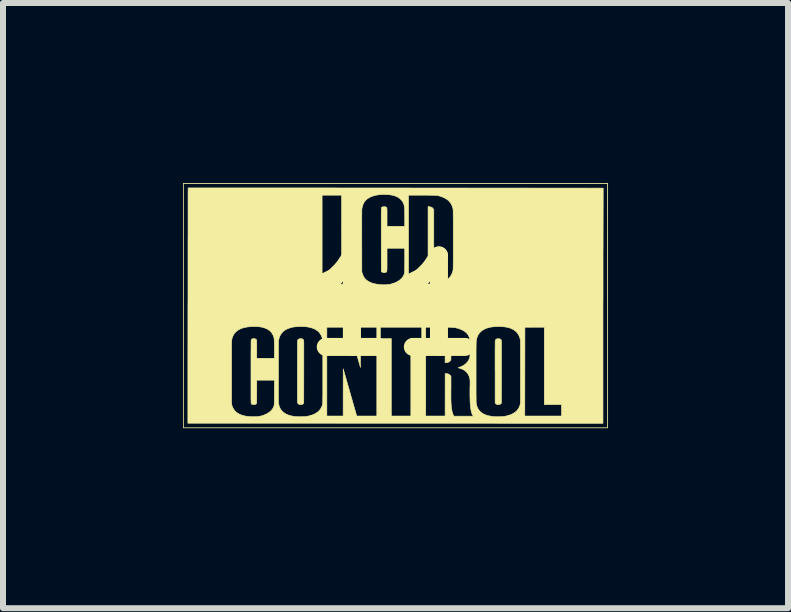
<source format=kicad_pcb>
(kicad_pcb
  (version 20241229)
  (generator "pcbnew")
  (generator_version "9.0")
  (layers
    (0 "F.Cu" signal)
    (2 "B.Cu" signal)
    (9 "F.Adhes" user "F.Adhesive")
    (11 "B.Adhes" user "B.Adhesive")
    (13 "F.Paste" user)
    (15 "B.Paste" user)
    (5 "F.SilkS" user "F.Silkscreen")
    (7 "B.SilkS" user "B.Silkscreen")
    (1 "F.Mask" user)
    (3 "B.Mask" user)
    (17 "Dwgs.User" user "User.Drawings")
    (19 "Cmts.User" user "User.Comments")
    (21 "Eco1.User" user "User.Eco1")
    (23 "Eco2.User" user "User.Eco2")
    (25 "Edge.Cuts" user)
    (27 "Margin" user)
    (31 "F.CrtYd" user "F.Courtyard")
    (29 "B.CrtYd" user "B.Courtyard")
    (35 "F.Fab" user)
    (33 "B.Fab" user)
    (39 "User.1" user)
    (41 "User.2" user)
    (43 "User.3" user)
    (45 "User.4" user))
  (footprint "11"
    (layer "F.Cu")
    (at 3.54 2.042)
    (property "Reference" "11" (at 0 0 0) (layer "F.SilkS") (effects (font (size 1.524 1.524) (thickness 0.3))))
    (attr through_hole)
    (fp_poly (pts (xy 3.538 2.039) (xy -3.535 2.039) (xy -3.535 -2.034) (xy -3.533 -2.034) (xy -3.533 2.037) (xy 3.535 2.037) (xy 3.535 -2.034) (xy -3.533 -2.034) (xy -3.535 -2.034) (xy -3.535 -2.037) (xy 3.538 -2.037) (xy 3.538 2.039)) (stroke (width 0.01) (type solid)) (fill yes) (layer "F.SilkS"))
    (fp_poly (pts (xy 0.561 -1.647) (xy 0.584 -1.644) (xy 0.603 -1.637) (xy 0.618 -1.627) (xy 0.629 -1.614) (xy 0.631 -1.61) (xy 0.639 -1.596) (xy 0.639 -1.105) (xy 0.639 -1.045) (xy 0.64 -0.99) (xy 0.64 -0.94) (xy 0.64 -0.894) (xy 0.64 -0.852) (xy 0.64 -0.814) (xy 0.64 -0.78) (xy 0.64 -0.75) (xy 0.64 -0.723) (xy 0.639 -0.7) (xy 0.639 -0.679) (xy 0.639 -0.661) (xy 0.638 -0.645) (xy 0.638 -0.632) (xy 0.637 -0.621) (xy 0.637 -0.612) (xy 0.636 -0.604) (xy 0.635 -0.598) (xy 0.634 -0.593) (xy 0.633 -0.59) (xy 0.632 -0.587) (xy 0.63 -0.584) (xy 0.629 -0.582) (xy 0.627 -0.581) (xy 0.626 -0.579) (xy 0.624 -0.577) (xy 0.623 -0.576) (xy 0.615 -0.569) (xy 0.607 -0.563) (xy 0.604 -0.561) (xy 0.594 -0.557) (xy 0.582 -0.554) (xy 0.569 -0.551) (xy 0.557 -0.549) (xy 0.552 -0.549) (xy 0.544 -0.549) (xy 0.544 -1.649) (xy 0.561 -1.647)) (stroke (width 0.01) (type solid)) (fill yes) (layer "F.SilkS"))
    (fp_poly (pts (xy 0.846 0.552) (xy 0.857 0.554) (xy 0.868 0.556) (xy 0.879 0.559) (xy 0.887 0.562) (xy 0.888 0.562) (xy 0.903 0.572) (xy 0.915 0.584) (xy 0.921 0.594) (xy 0.922 0.596) (xy 0.923 0.599) (xy 0.924 0.603) (xy 0.924 0.608) (xy 0.925 0.614) (xy 0.925 0.623) (xy 0.925 0.635) (xy 0.925 0.649) (xy 0.926 0.667) (xy 0.926 0.688) (xy 0.926 0.714) (xy 0.926 0.744) (xy 0.926 0.753) (xy 0.926 0.784) (xy 0.926 0.811) (xy 0.926 0.833) (xy 0.926 0.852) (xy 0.925 0.867) (xy 0.925 0.879) (xy 0.925 0.888) (xy 0.925 0.896) (xy 0.924 0.901) (xy 0.923 0.905) (xy 0.923 0.908) (xy 0.922 0.91) (xy 0.92 0.913) (xy 0.92 0.913) (xy 0.91 0.927) (xy 0.896 0.938) (xy 0.878 0.946) (xy 0.856 0.951) (xy 0.848 0.952) (xy 0.828 0.953) (xy 0.828 0.753) (xy 0.828 0.716) (xy 0.828 0.684) (xy 0.828 0.656) (xy 0.828 0.632) (xy 0.828 0.612) (xy 0.829 0.595) (xy 0.829 0.582) (xy 0.829 0.571) (xy 0.829 0.564) (xy 0.83 0.558) (xy 0.83 0.555) (xy 0.831 0.553) (xy 0.832 0.552) (xy 0.837 0.552) (xy 0.846 0.552)) (stroke (width 0.01) (type solid)) (fill yes) (layer "F.SilkS"))
    (fp_poly (pts (xy 1.716 0.553) (xy 1.733 0.554) (xy 1.746 0.558) (xy 1.756 0.565) (xy 1.763 0.574) (xy 1.763 0.575) (xy 1.764 0.577) (xy 1.764 0.578) (xy 1.765 0.58) (xy 1.765 0.583) (xy 1.765 0.587) (xy 1.766 0.593) (xy 1.766 0.599) (xy 1.766 0.607) (xy 1.767 0.617) (xy 1.767 0.629) (xy 1.767 0.643) (xy 1.767 0.66) (xy 1.767 0.679) (xy 1.767 0.702) (xy 1.767 0.727) (xy 1.767 0.755) (xy 1.767 0.787) (xy 1.767 0.823) (xy 1.767 0.862) (xy 1.767 0.906) (xy 1.767 0.954) (xy 1.767 1.006) (xy 1.767 1.063) (xy 1.767 1.105) (xy 1.766 1.625) (xy 1.761 1.632) (xy 1.753 1.64) (xy 1.744 1.646) (xy 1.732 1.649) (xy 1.718 1.65) (xy 1.708 1.65) (xy 1.7 1.65) (xy 1.695 1.649) (xy 1.694 1.649) (xy 1.683 1.644) (xy 1.675 1.639) (xy 1.669 1.633) (xy 1.668 1.631) (xy 1.662 1.622) (xy 1.662 1.114) (xy 1.661 1.063) (xy 1.661 1.014) (xy 1.661 0.966) (xy 1.661 0.92) (xy 1.661 0.876) (xy 1.661 0.834) (xy 1.661 0.794) (xy 1.661 0.758) (xy 1.661 0.724) (xy 1.662 0.694) (xy 1.662 0.667) (xy 1.662 0.644) (xy 1.662 0.625) (xy 1.662 0.61) (xy 1.662 0.599) (xy 1.662 0.593) (xy 1.662 0.593) (xy 1.666 0.578) (xy 1.673 0.566) (xy 1.683 0.559) (xy 1.697 0.554) (xy 1.716 0.553) (xy 1.716 0.553)) (stroke (width 0.01) (type solid)) (fill yes) (layer "F.SilkS"))
    (fp_poly (pts (xy -1.563 0.553) (xy -1.549 0.558) (xy -1.538 0.566) (xy -1.531 0.575) (xy -1.531 0.577) (xy -1.53 0.578) (xy -1.53 0.58) (xy -1.529 0.582) (xy -1.529 0.585) (xy -1.529 0.589) (xy -1.528 0.595) (xy -1.528 0.601) (xy -1.528 0.61) (xy -1.527 0.62) (xy -1.527 0.632) (xy -1.527 0.646) (xy -1.527 0.663) (xy -1.527 0.683) (xy -1.527 0.705) (xy -1.527 0.73) (xy -1.527 0.759) (xy -1.527 0.791) (xy -1.527 0.827) (xy -1.527 0.867) (xy -1.527 0.911) (xy -1.527 0.959) (xy -1.527 1.012) (xy -1.527 1.069) (xy -1.527 1.105) (xy -1.528 1.625) (xy -1.533 1.632) (xy -1.541 1.64) (xy -1.55 1.646) (xy -1.562 1.649) (xy -1.576 1.65) (xy -1.586 1.65) (xy -1.596 1.65) (xy -1.602 1.649) (xy -1.603 1.648) (xy -1.616 1.642) (xy -1.625 1.632) (xy -1.629 1.625) (xy -1.629 1.624) (xy -1.63 1.622) (xy -1.63 1.619) (xy -1.631 1.614) (xy -1.631 1.609) (xy -1.631 1.602) (xy -1.632 1.593) (xy -1.632 1.583) (xy -1.632 1.57) (xy -1.632 1.555) (xy -1.632 1.537) (xy -1.633 1.517) (xy -1.633 1.494) (xy -1.633 1.467) (xy -1.633 1.437) (xy -1.633 1.404) (xy -1.633 1.367) (xy -1.633 1.325) (xy -1.633 1.28) (xy -1.633 1.23) (xy -1.633 1.176) (xy -1.633 1.116) (xy -1.633 1.103) (xy -1.633 1.033) (xy -1.633 0.968) (xy -1.633 0.909) (xy -1.633 0.854) (xy -1.633 0.804) (xy -1.633 0.759) (xy -1.632 0.719) (xy -1.632 0.685) (xy -1.632 0.655) (xy -1.632 0.63) (xy -1.631 0.61) (xy -1.631 0.596) (xy -1.631 0.586) (xy -1.63 0.581) (xy -1.63 0.581) (xy -1.625 0.57) (xy -1.615 0.561) (xy -1.602 0.555) (xy -1.596 0.554) (xy -1.579 0.552) (xy -1.563 0.553)) (stroke (width 0.01) (type solid)) (fill yes) (layer "F.SilkS"))
    (fp_poly (pts (xy -3.168 -1.96) (xy -3.116 -1.96) (xy -3.06 -1.96) (xy -2.999 -1.96) (xy -2.935 -1.96) (xy -2.868 -1.96) (xy -2.796 -1.96) (xy -2.722 -1.96) (xy -2.643 -1.96) (xy -2.562 -1.96) (xy -2.477 -1.96) (xy -2.389 -1.96) (xy -2.298 -1.96) (xy -2.204 -1.96) (xy -2.107 -1.96) (xy -2.008 -1.96) (xy -1.906 -1.96) (xy -1.801 -1.96) (xy -1.693 -1.96) (xy -1.584 -1.96) (xy -1.472 -1.96) (xy -1.357 -1.96) (xy -1.241 -1.96) (xy -1.122 -1.96) (xy -1.002 -1.96) (xy -0.88 -1.959) (xy -0.756 -1.959) (xy -0.63 -1.959) (xy -0.503 -1.959) (xy -0.374 -1.959) (xy -0.244 -1.959) (xy -0.112 -1.959) (xy 0.004 -1.959) (xy 3.463 -1.957) (xy 3.461 -1.115) (xy 3.461 -1.05) (xy 3.461 -0.981) (xy 3.46 -0.907) (xy 3.46 -0.829) (xy 3.46 -0.747) (xy 3.46 -0.663) (xy 3.46 -0.575) (xy 3.46 -0.485) (xy 3.46 -0.393) (xy 3.46 -0.299) (xy 3.46 -0.204) (xy 3.46 -0.108) (xy 3.459 -0.011) (xy 3.459 0.086) (xy 3.459 0.182) (xy 3.459 0.279) (xy 3.459 0.374) (xy 3.459 0.468) (xy 3.459 0.561) (xy 3.459 0.651) (xy 3.459 0.739) (xy 3.459 0.824) (xy 3.459 1.963) (xy 1.937 1.963) (xy 1.849 1.963) (xy 1.755 1.963) (xy 1.657 1.962) (xy 1.555 1.962) (xy 1.449 1.962) (xy 1.34 1.962) (xy 1.227 1.962) (xy 1.111 1.962) (xy 0.992 1.962) (xy 0.871 1.962) (xy 0.747 1.962) (xy 0.622 1.962) (xy 0.496 1.962) (xy 0.368 1.962) (xy 0.239 1.962) (xy 0.109 1.962) (xy -0.021 1.962) (xy -0.151 1.962) (xy -0.281 1.962) (xy -0.411 1.962) (xy -0.539 1.962) (xy -0.667 1.962) (xy -0.793 1.962) (xy -0.918 1.962) (xy -1.04 1.961) (xy -1.16 1.961) (xy -1.278 1.961) (xy -1.393 1.961) (xy -1.505 1.961) (xy -1.522 1.961) (xy -3.459 1.961) (xy -3.459 1.112) (xy -2.731 1.112) (xy -2.731 1.637) (xy -2.725 1.662) (xy -2.714 1.694) (xy -2.699 1.722) (xy -2.681 1.748) (xy -2.659 1.771) (xy -2.633 1.791) (xy -2.603 1.808) (xy -2.569 1.823) (xy -2.531 1.835) (xy -2.489 1.844) (xy -2.442 1.85) (xy -2.431 1.851) (xy -2.418 1.852) (xy -2.401 1.853) (xy -2.382 1.853) (xy -2.362 1.853) (xy -2.342 1.853) (xy -2.322 1.852) (xy -2.303 1.851) (xy -2.288 1.85) (xy -2.276 1.848) (xy -2.273 1.848) (xy -2.233 1.839) (xy -2.195 1.827) (xy -2.16 1.812) (xy -2.128 1.795) (xy -2.1 1.776) (xy -2.075 1.755) (xy -2.055 1.732) (xy -2.039 1.708) (xy -2.035 1.699) (xy -2.032 1.693) (xy -2.029 1.687) (xy -2.027 1.682) (xy -2.025 1.677) (xy -2.023 1.671) (xy -2.022 1.665) (xy -2.021 1.657) (xy -2.02 1.648) (xy -2.019 1.637) (xy -2.019 1.623) (xy -2.018 1.608) (xy -2.018 1.589) (xy -2.018 1.566) (xy -2.018 1.54) (xy -2.017 1.51) (xy -2.017 1.476) (xy -2.017 1.448) (xy -2.017 1.329) (xy -1.95 1.329) (xy -1.95 1.376) (xy -1.95 1.418) (xy -1.95 1.456) (xy -1.95 1.49) (xy -1.95 1.52) (xy -1.95 1.546) (xy -1.949 1.568) (xy -1.949 1.586) (xy -1.949 1.601) (xy -1.949 1.612) (xy -1.948 1.62) (xy -1.948 1.624) (xy -1.942 1.659) (xy -1.932 1.692) (xy -1.918 1.721) (xy -1.899 1.747) (xy -1.877 1.771) (xy -1.851 1.791) (xy -1.821 1.809) (xy -1.786 1.824) (xy -1.748 1.836) (xy -1.705 1.845) (xy -1.658 1.851) (xy -1.654 1.851) (xy -1.641 1.852) (xy -1.624 1.853) (xy -1.605 1.853) (xy -1.584 1.853) (xy -1.562 1.853) (xy -1.541 1.852) (xy -1.52 1.851) (xy -1.503 1.85) (xy -1.489 1.849) (xy -1.482 1.848) (xy -1.437 1.839) (xy -1.395 1.827) (xy -1.358 1.812) (xy -1.325 1.794) (xy -1.295 1.774) (xy -1.27 1.751) (xy -1.249 1.725) (xy -1.233 1.697) (xy -1.227 1.682) (xy -1.225 1.678) (xy -1.223 1.674) (xy -1.221 1.67) (xy -1.22 1.667) (xy -1.219 1.663) (xy -1.217 1.659) (xy -1.216 1.654) (xy -1.215 1.648) (xy -1.214 1.642) (xy -1.214 1.634) (xy -1.213 1.625) (xy -1.212 1.614) (xy -1.212 1.602) (xy -1.212 1.587) (xy -1.211 1.57) (xy -1.211 1.551) (xy -1.211 1.529) (xy -1.211 1.503) (xy -1.21 1.475) (xy -1.21 1.444) (xy -1.21 1.409) (xy -1.21 1.37) (xy -1.21 1.327) (xy -1.21 1.28) (xy -1.21 1.228) (xy -1.21 1.172) (xy -1.21 1.111) (xy -1.21 1.106) (xy -1.21 1.045) (xy -1.21 0.99) (xy -1.21 0.939) (xy -1.21 0.892) (xy -1.21 0.849) (xy -1.21 0.811) (xy -1.21 0.776) (xy -1.21 0.745) (xy -1.211 0.718) (xy -1.211 0.693) (xy -1.211 0.672) (xy -1.211 0.653) (xy -1.211 0.636) (xy -1.211 0.623) (xy -1.211 0.611) (xy -1.212 0.601) (xy -1.212 0.592) (xy -1.212 0.585) (xy -1.213 0.58) (xy -1.213 0.575) (xy -1.214 0.572) (xy -1.214 0.568) (xy -1.215 0.566) (xy -1.215 0.564) (xy -1.224 0.529) (xy -1.237 0.498) (xy -1.254 0.47) (xy -1.273 0.445) (xy -1.297 0.423) (xy -1.324 0.404) (xy -1.355 0.388) (xy -1.391 0.374) (xy -1.424 0.365) (xy -1.443 0.361) (xy -1.143 0.361) (xy -1.143 1.841) (xy -0.871 1.841) (xy -0.871 1.448) (xy -0.87 1.056) (xy -0.761 1.436) (xy -0.749 1.479) (xy -0.737 1.521) (xy -0.725 1.561) (xy -0.714 1.6) (xy -0.704 1.636) (xy -0.694 1.67) (xy -0.685 1.702) (xy -0.677 1.731) (xy -0.669 1.756) (xy -0.663 1.779) (xy -0.658 1.797) (xy -0.653 1.812) (xy -0.65 1.822) (xy -0.649 1.828) (xy -0.648 1.829) (xy -0.645 1.841) (xy -0.31 1.841) (xy -0.31 0.361) (xy -0.251 0.361) (xy -0.251 0.551) (xy -0.069 0.551) (xy -0.069 1.841) (xy 0.257 1.841) (xy 0.505 1.841) (xy 0.828 1.841) (xy 0.829 1.134) (xy 0.846 1.135) (xy 0.868 1.137) (xy 0.887 1.144) (xy 0.903 1.153) (xy 0.915 1.165) (xy 0.919 1.17) (xy 0.926 1.182) (xy 0.926 1.291) (xy 0.926 1.319) (xy 0.926 1.35) (xy 0.926 1.382) (xy 0.925 1.414) (xy 0.925 1.444) (xy 0.925 1.472) (xy 0.925 1.493) (xy 0.925 1.549) (xy 0.926 1.6) (xy 0.929 1.647) (xy 0.932 1.689) (xy 0.937 1.726) (xy 0.943 1.758) (xy 0.95 1.787) (xy 0.958 1.81) (xy 0.967 1.83) (xy 0.968 1.831) (xy 0.975 1.844) (xy 1.301 1.844) (xy 1.295 1.837) (xy 1.286 1.825) (xy 1.279 1.811) (xy 1.272 1.793) (xy 1.266 1.771) (xy 1.261 1.749) (xy 1.256 1.722) (xy 1.252 1.693) (xy 1.249 1.661) (xy 1.246 1.625) (xy 1.244 1.587) (xy 1.243 1.544) (xy 1.242 1.498) (xy 1.242 1.447) (xy 1.242 1.392) (xy 1.243 1.346) (xy 1.244 1.318) (xy 1.244 1.294) (xy 1.244 1.275) (xy 1.244 1.26) (xy 1.243 1.247) (xy 1.243 1.238) (xy 1.242 1.233) (xy 1.235 1.199) (xy 1.223 1.167) (xy 1.208 1.139) (xy 1.189 1.114) (xy 1.166 1.092) (xy 1.344 1.092) (xy 1.344 1.137) (xy 1.344 1.182) (xy 1.344 1.226) (xy 1.344 1.269) (xy 1.344 1.311) (xy 1.344 1.352) (xy 1.344 1.392) (xy 1.344 1.429) (xy 1.344 1.463) (xy 1.344 1.496) (xy 1.345 1.525) (xy 1.345 1.551) (xy 1.345 1.573) (xy 1.345 1.592) (xy 1.346 1.606) (xy 1.346 1.616) (xy 1.346 1.62) (xy 1.352 1.656) (xy 1.362 1.689) (xy 1.376 1.719) (xy 1.393 1.745) (xy 1.415 1.769) (xy 1.441 1.79) (xy 1.471 1.808) (xy 1.505 1.823) (xy 1.543 1.835) (xy 1.586 1.844) (xy 1.632 1.851) (xy 1.639 1.851) (xy 1.652 1.852) (xy 1.669 1.853) (xy 1.689 1.853) (xy 1.71 1.853) (xy 1.732 1.853) (xy 1.754 1.852) (xy 1.774 1.851) (xy 1.792 1.85) (xy 1.806 1.849) (xy 1.812 1.848) (xy 1.845 1.841) (xy 2.156 1.841) (xy 2.768 1.841) (xy 2.768 1.651) (xy 2.481 1.651) (xy 2.481 0.361) (xy 2.158 0.362) (xy 2.156 1.841) (xy 1.845 1.841) (xy 1.858 1.839) (xy 1.899 1.827) (xy 1.937 1.812) (xy 1.97 1.794) (xy 2 1.774) (xy 2.025 1.751) (xy 2.045 1.725) (xy 2.062 1.696) (xy 2.075 1.664) (xy 2.078 1.652) (xy 2.084 1.629) (xy 2.084 0.58) (xy 2.078 0.557) (xy 2.07 0.527) (xy 2.059 0.501) (xy 2.046 0.478) (xy 2.03 0.456) (xy 2.016 0.44) (xy 1.993 0.42) (xy 1.967 0.402) (xy 1.94 0.388) (xy 1.909 0.375) (xy 1.875 0.366) (xy 1.838 0.358) (xy 1.796 0.353) (xy 1.762 0.351) (xy 1.727 0.35) (xy 1.69 0.35) (xy 1.655 0.352) (xy 1.621 0.355) (xy 1.598 0.358) (xy 1.555 0.367) (xy 1.516 0.379) (xy 1.481 0.395) (xy 1.45 0.413) (xy 1.423 0.434) (xy 1.4 0.458) (xy 1.381 0.486) (xy 1.366 0.516) (xy 1.355 0.55) (xy 1.348 0.587) (xy 1.346 0.601) (xy 1.346 0.607) (xy 1.346 0.618) (xy 1.345 0.633) (xy 1.345 0.652) (xy 1.345 0.675) (xy 1.345 0.701) (xy 1.344 0.731) (xy 1.344 0.764) (xy 1.344 0.799) (xy 1.344 0.836) (xy 1.344 0.876) (xy 1.344 0.917) (xy 1.344 0.96) (xy 1.344 1.003) (xy 1.344 1.047) (xy 1.344 1.092) (xy 1.166 1.092) (xy 1.166 1.092) (xy 1.139 1.073) (xy 1.107 1.057) (xy 1.072 1.045) (xy 1.067 1.043) (xy 1.046 1.037) (xy 1.059 1.032) (xy 1.096 1.018) (xy 1.129 1.001) (xy 1.158 0.982) (xy 1.183 0.96) (xy 1.204 0.936) (xy 1.221 0.909) (xy 1.233 0.882) (xy 1.235 0.874) (xy 1.238 0.866) (xy 1.239 0.859) (xy 1.241 0.85) (xy 1.242 0.841) (xy 1.243 0.829) (xy 1.244 0.816) (xy 1.244 0.8) (xy 1.244 0.781) (xy 1.244 0.759) (xy 1.244 0.732) (xy 1.244 0.701) (xy 1.244 0.698) (xy 1.244 0.67) (xy 1.243 0.645) (xy 1.243 0.625) (xy 1.243 0.608) (xy 1.243 0.595) (xy 1.242 0.584) (xy 1.242 0.576) (xy 1.241 0.569) (xy 1.24 0.563) (xy 1.239 0.558) (xy 1.238 0.554) (xy 1.237 0.55) (xy 1.226 0.519) (xy 1.212 0.491) (xy 1.194 0.467) (xy 1.18 0.453) (xy 1.16 0.436) (xy 1.135 0.42) (xy 1.107 0.405) (xy 1.076 0.392) (xy 1.045 0.381) (xy 1.013 0.373) (xy 1.005 0.371) (xy 0.995 0.369) (xy 0.985 0.368) (xy 0.974 0.366) (xy 0.962 0.365) (xy 0.948 0.364) (xy 0.932 0.363) (xy 0.914 0.363) (xy 0.894 0.362) (xy 0.87 0.362) (xy 0.844 0.361) (xy 0.813 0.361) (xy 0.779 0.361) (xy 0.74 0.361) (xy 0.705 0.361) (xy 0.505 0.361) (xy 0.505 1.841) (xy 0.257 1.841) (xy 0.257 0.551) (xy 0.439 0.551) (xy 0.439 0.361) (xy -0.251 0.361) (xy -0.31 0.361) (xy -0.582 0.361) (xy -0.582 0.696) (xy -0.583 1.032) (xy -0.674 0.708) (xy -0.685 0.669) (xy -0.696 0.63) (xy -0.706 0.593) (xy -0.716 0.558) (xy -0.726 0.525) (xy -0.734 0.495) (xy -0.742 0.467) (xy -0.749 0.442) (xy -0.755 0.421) (xy -0.76 0.403) (xy -0.764 0.389) (xy -0.767 0.379) (xy -0.769 0.373) (xy -0.769 0.373) (xy -0.772 0.361) (xy -1.143 0.361) (xy -1.443 0.361) (xy -1.452 0.359) (xy -1.484 0.354) (xy -1.519 0.351) (xy -1.555 0.35) (xy -1.592 0.35) (xy -1.629 0.351) (xy -1.664 0.354) (xy -1.697 0.358) (xy -1.724 0.363) (xy -1.765 0.375) (xy -1.801 0.389) (xy -1.834 0.405) (xy -1.862 0.425) (xy -1.886 0.448) (xy -1.906 0.474) (xy -1.923 0.503) (xy -1.936 0.535) (xy -1.943 0.563) (xy -1.949 0.588) (xy -1.95 1.093) (xy -1.95 1.159) (xy -1.95 1.221) (xy -1.95 1.277) (xy -1.95 1.329) (xy -2.017 1.329) (xy -2.016 1.244) (xy -2.311 1.244) (xy -2.312 1.63) (xy -2.32 1.638) (xy -2.327 1.644) (xy -2.336 1.648) (xy -2.338 1.649) (xy -2.348 1.65) (xy -2.36 1.65) (xy -2.373 1.649) (xy -2.385 1.647) (xy -2.392 1.645) (xy -2.394 1.644) (xy -2.395 1.643) (xy -2.397 1.643) (xy -2.398 1.642) (xy -2.4 1.641) (xy -2.401 1.639) (xy -2.402 1.637) (xy -2.403 1.634) (xy -2.404 1.629) (xy -2.404 1.623) (xy -2.405 1.615) (xy -2.405 1.606) (xy -2.406 1.595) (xy -2.406 1.581) (xy -2.407 1.565) (xy -2.407 1.546) (xy -2.407 1.525) (xy -2.407 1.501) (xy -2.407 1.473) (xy -2.407 1.442) (xy -2.407 1.407) (xy -2.407 1.369) (xy -2.407 1.326) (xy -2.407 1.28) (xy -2.407 1.228) (xy -2.407 1.173) (xy -2.407 1.112) (xy -2.407 1.099) (xy -2.407 1.038) (xy -2.407 0.982) (xy -2.407 0.931) (xy -2.407 0.884) (xy -2.407 0.841) (xy -2.407 0.803) (xy -2.407 0.768) (xy -2.406 0.737) (xy -2.406 0.709) (xy -2.406 0.685) (xy -2.406 0.663) (xy -2.406 0.645) (xy -2.406 0.629) (xy -2.406 0.615) (xy -2.405 0.604) (xy -2.405 0.595) (xy -2.405 0.587) (xy -2.404 0.581) (xy -2.404 0.577) (xy -2.404 0.573) (xy -2.403 0.571) (xy -2.403 0.569) (xy -2.402 0.568) (xy -2.402 0.567) (xy -2.401 0.566) (xy -2.394 0.56) (xy -2.385 0.555) (xy -2.373 0.553) (xy -2.361 0.553) (xy -2.344 0.554) (xy -2.331 0.557) (xy -2.321 0.563) (xy -2.316 0.571) (xy -2.315 0.574) (xy -2.314 0.576) (xy -2.313 0.58) (xy -2.313 0.585) (xy -2.312 0.592) (xy -2.312 0.602) (xy -2.312 0.613) (xy -2.311 0.628) (xy -2.311 0.647) (xy -2.311 0.669) (xy -2.311 0.695) (xy -2.311 0.726) (xy -2.311 0.73) (xy -2.311 0.879) (xy -2.016 0.879) (xy -2.017 0.722) (xy -2.017 0.687) (xy -2.018 0.658) (xy -2.018 0.632) (xy -2.018 0.61) (xy -2.019 0.592) (xy -2.02 0.576) (xy -2.021 0.563) (xy -2.022 0.551) (xy -2.023 0.542) (xy -2.025 0.533) (xy -2.027 0.525) (xy -2.03 0.518) (xy -2.033 0.51) (xy -2.036 0.501) (xy -2.037 0.499) (xy -2.052 0.47) (xy -2.07 0.444) (xy -2.093 0.421) (xy -2.12 0.402) (xy -2.151 0.385) (xy -2.185 0.372) (xy -2.224 0.361) (xy -2.266 0.354) (xy -2.312 0.35) (xy -2.362 0.349) (xy -2.399 0.351) (xy -2.441 0.354) (xy -2.478 0.359) (xy -2.512 0.365) (xy -2.543 0.374) (xy -2.572 0.384) (xy -2.597 0.396) (xy -2.628 0.414) (xy -2.655 0.435) (xy -2.678 0.459) (xy -2.697 0.487) (xy -2.712 0.517) (xy -2.723 0.551) (xy -2.727 0.566) (xy -2.727 0.569) (xy -2.728 0.572) (xy -2.728 0.575) (xy -2.729 0.579) (xy -2.729 0.584) (xy -2.729 0.59) (xy -2.73 0.598) (xy -2.73 0.606) (xy -2.73 0.617) (xy -2.73 0.629) (xy -2.731 0.644) (xy -2.731 0.661) (xy -2.731 0.681) (xy -2.731 0.703) (xy -2.731 0.728) (xy -2.731 0.757) (xy -2.731 0.789) (xy -2.731 0.825) (xy -2.731 0.864) (xy -2.731 0.908) (xy -2.731 0.956) (xy -2.731 1.008) (xy -2.731 1.065) (xy -2.731 1.112) (xy -3.459 1.112) (xy -3.458 0.001) (xy -3.457 -0.099) (xy -3.457 -0.197) (xy -3.457 -0.294) (xy -3.457 -0.39) (xy -3.457 -0.484) (xy -3.457 -0.576) (xy -3.457 -0.666) (xy -3.457 -0.754) (xy -3.457 -0.841) (xy -3.457 -0.925) (xy -3.457 -1.006) (xy -3.457 -1.085) (xy -3.456 -1.162) (xy -3.456 -1.236) (xy -3.456 -1.307) (xy -3.456 -1.375) (xy -3.456 -1.44) (xy -3.456 -1.501) (xy -3.456 -1.56) (xy -3.456 -1.615) (xy -3.456 -1.666) (xy -3.456 -1.714) (xy -3.456 -1.758) (xy -3.456 -1.797) (xy -3.456 -1.833) (xy -3.456 -1.839) (xy -1.222 -1.839) (xy -1.222 -0.358) (xy -0.61 -0.358) (xy -0.61 -0.549) (xy -0.897 -0.549) (xy -0.897 -1.325) (xy -0.561 -1.325) (xy -0.561 -1.28) (xy -0.561 -1.232) (xy -0.561 -1.178) (xy -0.561 -1.12) (xy -0.561 -1.078) (xy -0.56 -0.563) (xy -0.554 -0.541) (xy -0.548 -0.523) (xy -0.54 -0.503) (xy -0.53 -0.484) (xy -0.52 -0.466) (xy -0.511 -0.453) (xy -0.49 -0.431) (xy -0.465 -0.412) (xy -0.437 -0.395) (xy -0.405 -0.38) (xy -0.37 -0.368) (xy -0.357 -0.365) (xy -0.323 -0.358) (xy -0.287 -0.352) (xy -0.249 -0.348) (xy -0.211 -0.346) (xy -0.174 -0.346) (xy -0.141 -0.348) (xy -0.137 -0.348) (xy -0.093 -0.354) (xy -0.051 -0.364) (xy -0.012 -0.378) (xy 0.024 -0.394) (xy 0.057 -0.414) (xy 0.086 -0.437) (xy 0.099 -0.449) (xy 0.118 -0.471) (xy 0.133 -0.493) (xy 0.143 -0.516) (xy 0.15 -0.541) (xy 0.152 -0.553) (xy 0.153 -0.558) (xy 0.153 -0.569) (xy 0.154 -0.584) (xy 0.154 -0.603) (xy 0.154 -0.626) (xy 0.154 -0.652) (xy 0.155 -0.681) (xy 0.155 -0.713) (xy 0.155 -0.748) (xy 0.155 -0.763) (xy 0.155 -0.955) (xy -0.14 -0.955) (xy -0.14 -0.767) (xy -0.14 -0.73) (xy -0.14 -0.698) (xy -0.14 -0.671) (xy -0.14 -0.647) (xy -0.14 -0.628) (xy -0.14 -0.611) (xy -0.141 -0.598) (xy -0.142 -0.587) (xy -0.142 -0.579) (xy -0.143 -0.572) (xy -0.145 -0.567) (xy -0.146 -0.564) (xy -0.148 -0.561) (xy -0.15 -0.56) (xy -0.153 -0.558) (xy -0.155 -0.556) (xy -0.167 -0.551) (xy -0.181 -0.549) (xy -0.196 -0.549) (xy -0.21 -0.552) (xy -0.221 -0.557) (xy -0.227 -0.561) (xy -0.235 -0.569) (xy -0.236 -1.095) (xy -0.236 -1.157) (xy -0.236 -1.214) (xy -0.236 -1.266) (xy -0.236 -1.314) (xy -0.236 -1.357) (xy -0.236 -1.397) (xy -0.236 -1.432) (xy -0.236 -1.464) (xy -0.236 -1.492) (xy -0.236 -1.517) (xy -0.236 -1.539) (xy -0.235 -1.559) (xy -0.235 -1.575) (xy -0.235 -1.589) (xy -0.234 -1.601) (xy -0.234 -1.611) (xy -0.233 -1.619) (xy -0.232 -1.625) (xy -0.231 -1.63) (xy -0.23 -1.634) (xy -0.229 -1.637) (xy -0.228 -1.638) (xy -0.227 -1.64) (xy -0.225 -1.64) (xy -0.223 -1.641) (xy -0.222 -1.641) (xy -0.22 -1.642) (xy -0.219 -1.642) (xy -0.209 -1.645) (xy -0.197 -1.647) (xy -0.183 -1.647) (xy -0.171 -1.646) (xy -0.16 -1.643) (xy -0.157 -1.642) (xy -0.154 -1.64) (xy -0.151 -1.638) (xy -0.148 -1.636) (xy -0.146 -1.633) (xy -0.144 -1.628) (xy -0.143 -1.623) (xy -0.142 -1.615) (xy -0.141 -1.606) (xy -0.14 -1.594) (xy -0.14 -1.578) (xy -0.14 -1.559) (xy -0.14 -1.537) (xy -0.14 -1.51) (xy -0.14 -1.479) (xy -0.14 -1.47) (xy -0.14 -1.321) (xy 0.155 -1.321) (xy 0.155 -1.46) (xy 0.155 -1.497) (xy 0.155 -1.53) (xy 0.154 -1.558) (xy 0.154 -1.583) (xy 0.153 -1.604) (xy 0.152 -1.623) (xy 0.15 -1.639) (xy 0.148 -1.652) (xy 0.146 -1.665) (xy 0.143 -1.676) (xy 0.14 -1.687) (xy 0.136 -1.697) (xy 0.131 -1.708) (xy 0.127 -1.717) (xy 0.121 -1.729) (xy 0.115 -1.738) (xy 0.109 -1.746) (xy 0.102 -1.755) (xy 0.092 -1.765) (xy 0.089 -1.768) (xy 0.079 -1.778) (xy 0.068 -1.787) (xy 0.058 -1.795) (xy 0.051 -1.8) (xy 0.05 -1.8) (xy 0.018 -1.817) (xy -0.018 -1.83) (xy -0.054 -1.839) (xy 0.218 -1.839) (xy 0.218 -0.358) (xy 0.45 -0.359) (xy 0.49 -0.359) (xy 0.525 -0.359) (xy 0.555 -0.359) (xy 0.582 -0.36) (xy 0.605 -0.36) (xy 0.624 -0.36) (xy 0.641 -0.36) (xy 0.654 -0.36) (xy 0.666 -0.361) (xy 0.675 -0.361) (xy 0.683 -0.362) (xy 0.69 -0.362) (xy 0.696 -0.363) (xy 0.701 -0.364) (xy 0.706 -0.364) (xy 0.71 -0.365) (xy 0.75 -0.375) (xy 0.787 -0.388) (xy 0.821 -0.404) (xy 0.853 -0.423) (xy 0.88 -0.445) (xy 0.904 -0.47) (xy 0.924 -0.497) (xy 0.935 -0.516) (xy 0.945 -0.538) (xy 0.953 -0.56) (xy 0.959 -0.585) (xy 0.959 -0.587) (xy 0.96 -0.59) (xy 0.96 -0.593) (xy 0.961 -0.596) (xy 0.961 -0.6) (xy 0.962 -0.606) (xy 0.962 -0.612) (xy 0.962 -0.62) (xy 0.962 -0.629) (xy 0.963 -0.641) (xy 0.963 -0.654) (xy 0.963 -0.67) (xy 0.963 -0.688) (xy 0.963 -0.708) (xy 0.964 -0.732) (xy 0.964 -0.759) (xy 0.964 -0.789) (xy 0.964 -0.823) (xy 0.964 -0.861) (xy 0.964 -0.902) (xy 0.964 -0.948) (xy 0.964 -0.999) (xy 0.964 -1.054) (xy 0.964 -1.1) (xy 0.964 -1.159) (xy 0.964 -1.213) (xy 0.964 -1.262) (xy 0.964 -1.307) (xy 0.964 -1.348) (xy 0.964 -1.384) (xy 0.964 -1.417) (xy 0.964 -1.447) (xy 0.963 -1.473) (xy 0.963 -1.496) (xy 0.963 -1.516) (xy 0.963 -1.534) (xy 0.963 -1.549) (xy 0.963 -1.562) (xy 0.962 -1.572) (xy 0.962 -1.581) (xy 0.962 -1.589) (xy 0.961 -1.595) (xy 0.961 -1.6) (xy 0.961 -1.604) (xy 0.96 -1.608) (xy 0.96 -1.611) (xy 0.959 -1.613) (xy 0.949 -1.648) (xy 0.936 -1.68) (xy 0.919 -1.709) (xy 0.898 -1.735) (xy 0.873 -1.758) (xy 0.85 -1.775) (xy 0.816 -1.794) (xy 0.78 -1.81) (xy 0.742 -1.823) (xy 0.716 -1.83) (xy 0.708 -1.831) (xy 0.7 -1.832) (xy 0.691 -1.834) (xy 0.682 -1.835) (xy 0.672 -1.836) (xy 0.66 -1.836) (xy 0.646 -1.837) (xy 0.63 -1.838) (xy 0.612 -1.838) (xy 0.591 -1.838) (xy 0.566 -1.838) (xy 0.538 -1.839) (xy 0.506 -1.839) (xy 0.469 -1.839) (xy 0.433 -1.839) (xy 0.218 -1.839) (xy -0.054 -1.839) (xy -0.058 -1.84) (xy -0.102 -1.847) (xy -0.149 -1.85) (xy -0.199 -1.851) (xy -0.206 -1.851) (xy -0.257 -1.848) (xy -0.305 -1.842) (xy -0.348 -1.833) (xy -0.387 -1.821) (xy -0.422 -1.806) (xy -0.454 -1.788) (xy -0.481 -1.768) (xy -0.504 -1.744) (xy -0.523 -1.717) (xy -0.538 -1.687) (xy -0.55 -1.654) (xy -0.558 -1.618) (xy -0.558 -1.617) (xy -0.558 -1.614) (xy -0.559 -1.609) (xy -0.559 -1.604) (xy -0.559 -1.596) (xy -0.56 -1.588) (xy -0.56 -1.577) (xy -0.56 -1.564) (xy -0.56 -1.549) (xy -0.56 -1.532) (xy -0.561 -1.512) (xy -0.561 -1.489) (xy -0.561 -1.463) (xy -0.561 -1.434) (xy -0.561 -1.401) (xy -0.561 -1.365) (xy -0.561 -1.325) (xy -0.897 -1.325) (xy -0.897 -1.839) (xy -1.222 -1.839) (xy -3.456 -1.839) (xy -3.456 -1.865) (xy -3.456 -1.892) (xy -3.455 -1.915) (xy -3.455 -1.933) (xy -3.455 -1.947) (xy -3.455 -1.956) (xy -3.455 -1.96) (xy -3.455 -1.96) (xy -3.453 -1.96) (xy -3.445 -1.96) (xy -3.433 -1.96) (xy -3.416 -1.96) (xy -3.394 -1.96) (xy -3.367 -1.96) (xy -3.336 -1.96) (xy -3.3 -1.96) (xy -3.261 -1.96) (xy -3.217 -1.96) (xy -3.168 -1.96)) (stroke (width 0.01) (type solid)) (fill yes) (layer "F.SilkS")))
  (gr_rect
    (start -3 -3)
    (end 10.083 7.086)
    (stroke (width 0.1) (type default))
    (fill no)
    (layer "Edge.Cuts")))
</source>
